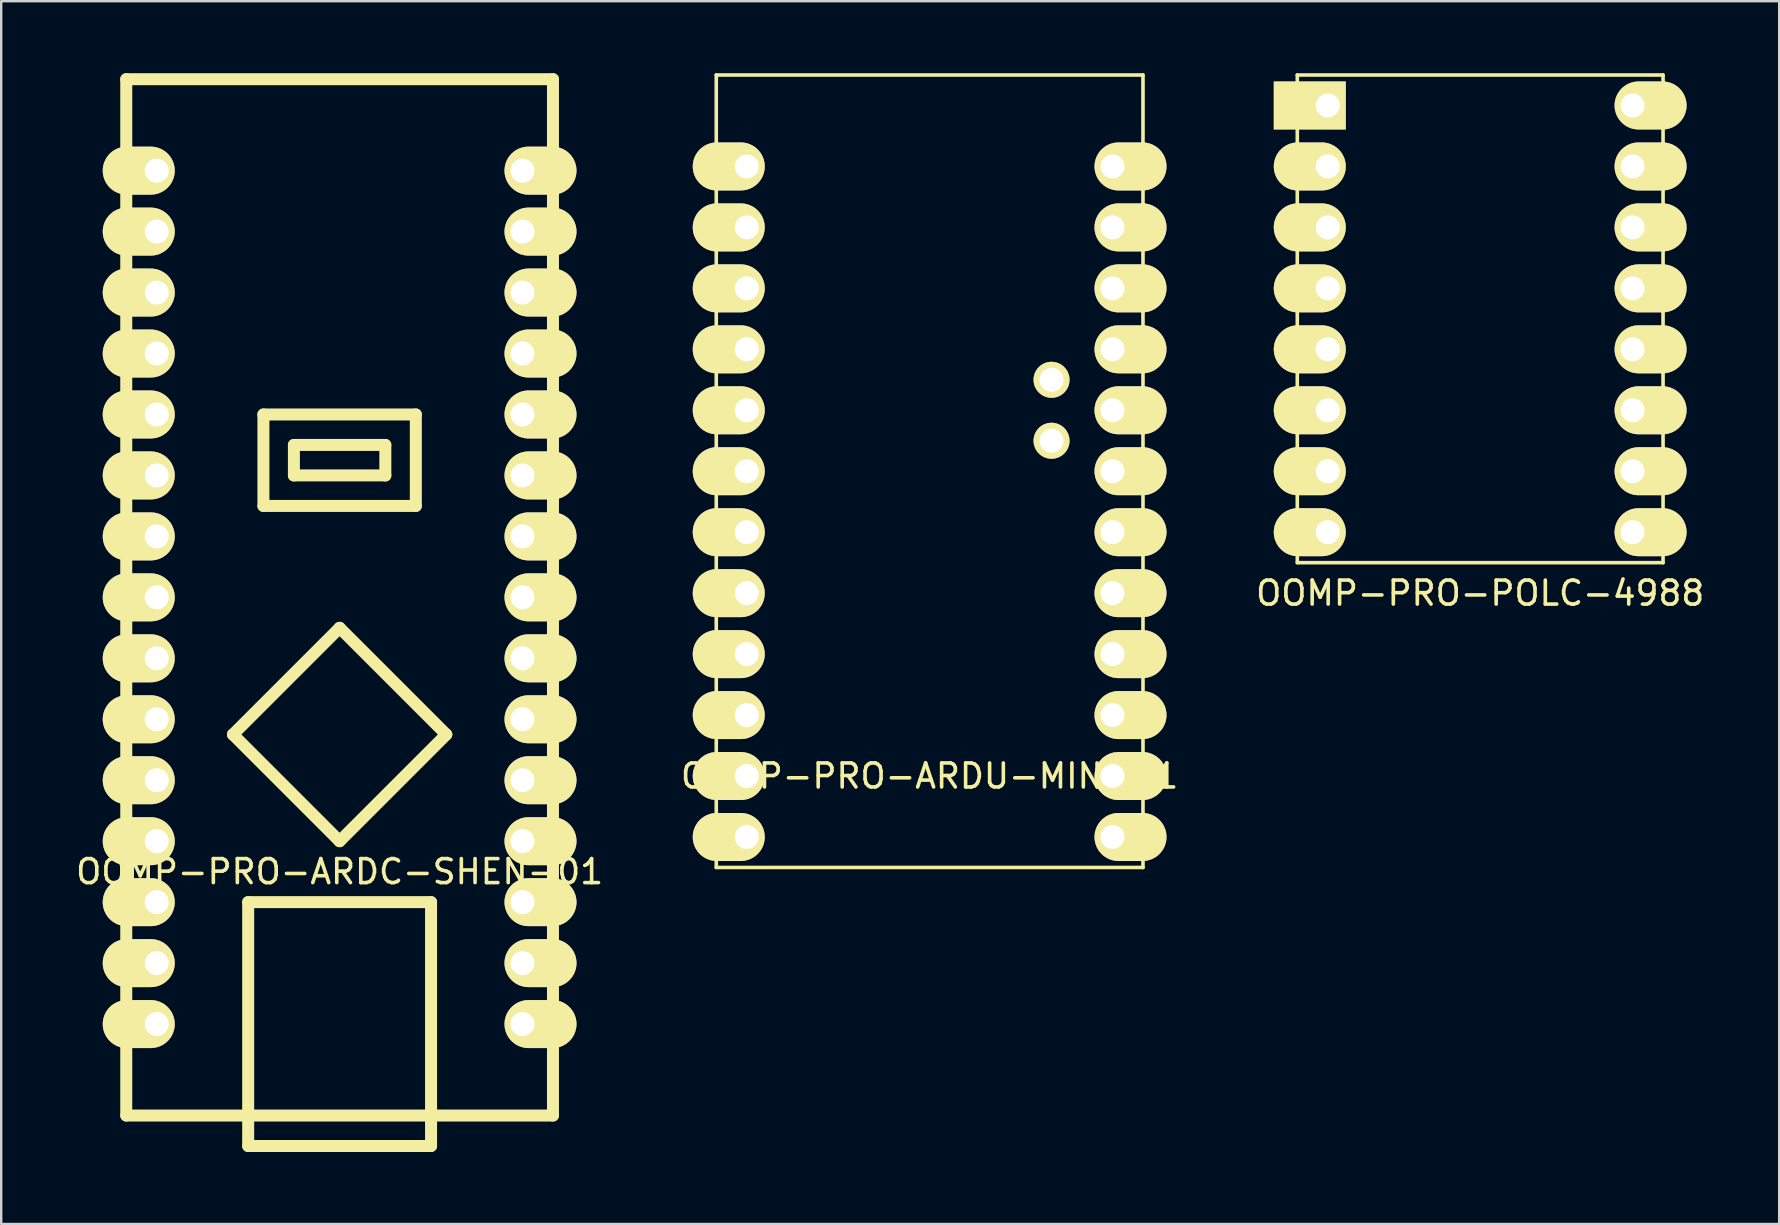
<source format=kicad_pcb>
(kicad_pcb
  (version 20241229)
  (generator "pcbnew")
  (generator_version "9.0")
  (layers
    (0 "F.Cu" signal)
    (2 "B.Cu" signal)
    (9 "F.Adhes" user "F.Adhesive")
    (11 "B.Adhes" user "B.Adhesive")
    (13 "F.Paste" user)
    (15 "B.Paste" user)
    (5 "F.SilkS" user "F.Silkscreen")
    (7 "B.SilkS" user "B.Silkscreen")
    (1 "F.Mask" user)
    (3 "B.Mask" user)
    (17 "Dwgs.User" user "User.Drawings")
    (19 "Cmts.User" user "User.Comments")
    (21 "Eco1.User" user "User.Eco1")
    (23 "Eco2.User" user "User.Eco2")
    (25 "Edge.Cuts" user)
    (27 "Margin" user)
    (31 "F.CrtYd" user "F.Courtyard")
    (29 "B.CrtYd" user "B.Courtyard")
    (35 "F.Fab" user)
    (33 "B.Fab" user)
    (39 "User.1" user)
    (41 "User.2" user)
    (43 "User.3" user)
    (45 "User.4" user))
  (footprint "OOMP-PRO-ARDC-SHEN-01"
    (layer "F.Cu")
    (at 3.481 4.06)
    (property "Reference" "OOMP-PRO-ARDC-SHEN-01" (at 7.62 29.21 0) (layer "F.SilkS") (effects (font (size 1 1) (thickness 0.15))))
    (attr through_hole)
    (fp_line (start -1.27 -3.81) (end -1.27 39.37) (stroke (width 0.5) (type solid)) (layer "F.SilkS"))
    (fp_line (start -1.27 -3.81) (end 16.51 -3.81) (stroke (width 0.5) (type solid)) (layer "F.SilkS"))
    (fp_line (start 3.175 23.495) (end 7.62 19.05) (stroke (width 0.5) (type solid)) (layer "F.SilkS"))
    (fp_line (start 3.81 30.48) (end 3.81 39.37) (stroke (width 0.5) (type solid)) (layer "F.SilkS"))
    (fp_line (start 3.81 39.37) (end 3.81 40.64) (stroke (width 0.5) (type solid)) (layer "F.SilkS"))
    (fp_line (start 3.81 40.64) (end 11.43 40.64) (stroke (width 0.5) (type solid)) (layer "F.SilkS"))
    (fp_line (start 4.445 10.16) (end 4.445 13.97) (stroke (width 0.5) (type solid)) (layer "F.SilkS"))
    (fp_line (start 4.445 13.97) (end 10.795 13.97) (stroke (width 0.5) (type solid)) (layer "F.SilkS"))
    (fp_line (start 5.715 11.43) (end 9.525 11.43) (stroke (width 0.5) (type solid)) (layer "F.SilkS"))
    (fp_line (start 5.715 12.7) (end 5.715 11.43) (stroke (width 0.5) (type solid)) (layer "F.SilkS"))
    (fp_line (start 7.62 19.05) (end 12.065 23.495) (stroke (width 0.5) (type solid)) (layer "F.SilkS"))
    (fp_line (start 7.62 27.94) (end 3.175 23.495) (stroke (width 0.5) (type solid)) (layer "F.SilkS"))
    (fp_line (start 9.525 11.43) (end 9.525 12.7) (stroke (width 0.5) (type solid)) (layer "F.SilkS"))
    (fp_line (start 9.525 12.7) (end 5.715 12.7) (stroke (width 0.5) (type solid)) (layer "F.SilkS"))
    (fp_line (start 10.795 10.16) (end 4.445 10.16) (stroke (width 0.5) (type solid)) (layer "F.SilkS"))
    (fp_line (start 10.795 13.97) (end 10.795 10.16) (stroke (width 0.5) (type solid)) (layer "F.SilkS"))
    (fp_line (start 11.43 30.48) (end 3.81 30.48) (stroke (width 0.5) (type solid)) (layer "F.SilkS"))
    (fp_line (start 11.43 39.37) (end 11.43 30.48) (stroke (width 0.5) (type solid)) (layer "F.SilkS"))
    (fp_line (start 11.43 40.64) (end 11.43 39.37) (stroke (width 0.5) (type solid)) (layer "F.SilkS"))
    (fp_line (start 12.065 23.495) (end 7.62 27.94) (stroke (width 0.5) (type solid)) (layer "F.SilkS"))
    (fp_line (start 16.51 -3.81) (end 16.51 39.37) (stroke (width 0.5) (type solid)) (layer "F.SilkS"))
    (fp_line (start 16.51 39.37) (end -1.27 39.37) (stroke (width 0.5) (type solid)) (layer "F.SilkS"))
    (pad "1" thru_hole oval (at 0 0) (size 3 2) (drill 1 (offset -0.75 0)) (layers "*.Cu" "*.Mask" "F.SilkS"))
    (pad "2" thru_hole oval (at 0 2.54) (size 3 2) (drill 1 (offset -0.75 0)) (layers "*.Cu" "*.Mask" "F.SilkS"))
    (pad "3" thru_hole oval (at 0 5.08) (size 3 2) (drill 1 (offset -0.75 0)) (layers "*.Cu" "*.Mask" "F.SilkS"))
    (pad "4" thru_hole oval (at 0 7.62) (size 3 2) (drill 1 (offset -0.75 0)) (layers "*.Cu" "*.Mask" "F.SilkS"))
    (pad "5" thru_hole oval (at 0 10.16) (size 3 2) (drill 1 (offset -0.75 0)) (layers "*.Cu" "*.Mask" "F.SilkS"))
    (pad "6" thru_hole oval (at 0 12.7) (size 3 2) (drill 1 (offset -0.75 0)) (layers "*.Cu" "*.Mask" "F.SilkS"))
    (pad "7" thru_hole oval (at 0 15.24) (size 3 2) (drill 1 (offset -0.75 0)) (layers "*.Cu" "*.Mask" "F.SilkS"))
    (pad "8" thru_hole oval (at 0 17.78) (size 3 2) (drill 1 (offset -0.75 0)) (layers "*.Cu" "*.Mask" "F.SilkS"))
    (pad "9" thru_hole oval (at 0 20.32) (size 3 2) (drill 1 (offset -0.75 0)) (layers "*.Cu" "*.Mask" "F.SilkS"))
    (pad "10" thru_hole oval (at 0 22.86) (size 3 2) (drill 1 (offset -0.75 0)) (layers "*.Cu" "*.Mask" "F.SilkS"))
    (pad "11" thru_hole oval (at 0 25.4) (size 3 2) (drill 1 (offset -0.75 0)) (layers "*.Cu" "*.Mask" "F.SilkS"))
    (pad "12" thru_hole oval (at 0 27.94) (size 3 2) (drill 1 (offset -0.75 0)) (layers "*.Cu" "*.Mask" "F.SilkS"))
    (pad "13" thru_hole oval (at 0 30.48) (size 3 2) (drill 1 (offset -0.75 0)) (layers "*.Cu" "*.Mask" "F.SilkS"))
    (pad "14" thru_hole oval (at 0 33.02) (size 3 2) (drill 1 (offset -0.75 0)) (layers "*.Cu" "*.Mask" "F.SilkS"))
    (pad "15" thru_hole oval (at 0 35.56) (size 3 2) (drill 1 (offset -0.75 0)) (layers "*.Cu" "*.Mask" "F.SilkS"))
    (pad "16" thru_hole oval (at 15.24 35.56) (size 3 2) (drill 1 (offset 0.75 0)) (layers "*.Cu" "*.Mask" "F.SilkS"))
    (pad "17" thru_hole oval (at 15.24 33.02) (size 3 2) (drill 1 (offset 0.75 0)) (layers "*.Cu" "*.Mask" "F.SilkS"))
    (pad "18" thru_hole oval (at 15.24 30.48) (size 3 2) (drill 1 (offset 0.75 0)) (layers "*.Cu" "*.Mask" "F.SilkS"))
    (pad "19" thru_hole oval (at 15.24 27.94) (size 3 2) (drill 1 (offset 0.75 0)) (layers "*.Cu" "*.Mask" "F.SilkS"))
    (pad "20" thru_hole oval (at 15.24 25.4) (size 3 2) (drill 1 (offset 0.75 0)) (layers "*.Cu" "*.Mask" "F.SilkS"))
    (pad "21" thru_hole oval (at 15.24 22.86) (size 3 2) (drill 1 (offset 0.75 0)) (layers "*.Cu" "*.Mask" "F.SilkS"))
    (pad "22" thru_hole oval (at 15.24 20.32) (size 3 2) (drill 1 (offset 0.75 0)) (layers "*.Cu" "*.Mask" "F.SilkS"))
    (pad "23" thru_hole oval (at 15.24 17.78) (size 3 2) (drill 1 (offset 0.75 0)) (layers "*.Cu" "*.Mask" "F.SilkS"))
    (pad "24" thru_hole oval (at 15.24 15.24) (size 3 2) (drill 1 (offset 0.75 0)) (layers "*.Cu" "*.Mask" "F.SilkS"))
    (pad "25" thru_hole oval (at 15.24 12.7) (size 3 2) (drill 1 (offset 0.75 0)) (layers "*.Cu" "*.Mask" "F.SilkS"))
    (pad "26" thru_hole oval (at 15.24 10.16) (size 3 2) (drill 1 (offset 0.75 0)) (layers "*.Cu" "*.Mask" "F.SilkS"))
    (pad "27" thru_hole oval (at 15.24 7.62) (size 3 2) (drill 1 (offset 0.75 0)) (layers "*.Cu" "*.Mask" "F.SilkS"))
    (pad "28" thru_hole oval (at 15.24 5.08) (size 3 2) (drill 1 (offset 0.75 0)) (layers "*.Cu" "*.Mask" "F.SilkS"))
    (pad "29" thru_hole oval (at 15.24 2.54) (size 3 2) (drill 1 (offset 0.75 0)) (layers "*.Cu" "*.Mask" "F.SilkS"))
    (pad "30" thru_hole oval (at 15.24 0) (size 3 2) (drill 1 (offset 0.75 0)) (layers "*.Cu" "*.Mask" "F.SilkS")))
  (footprint "OOMP-PRO-ARDU-MIN-01"
    (layer "F.Cu")
    (at 35.685 31.825)
    (property "Reference" "OOMP-PRO-ARDU-MIN-01" (at 0 -2.54 0) (layer "F.SilkS") (effects (font (size 1 1) (thickness 0.15))))
    (attr through_hole)
    (fp_line (start -8.89 -31.75) (end 8.89 -31.75) (stroke (width 0.15) (type solid)) (layer "F.SilkS"))
    (fp_line (start -8.89 1.27) (end -8.89 -31.75) (stroke (width 0.15) (type solid)) (layer "F.SilkS"))
    (fp_line (start 8.89 -31.75) (end 8.89 1.27) (stroke (width 0.15) (type solid)) (layer "F.SilkS"))
    (fp_line (start 8.89 1.27) (end -8.89 1.27) (stroke (width 0.15) (type solid)) (layer "F.SilkS"))
    (pad "1" thru_hole oval (at -7.62 -27.94) (size 3 2) (drill 1 (offset -0.75 0)) (layers "*.Cu" "*.Mask" "F.SilkS"))
    (pad "2" thru_hole oval (at -7.62 -25.4) (size 3 2) (drill 1 (offset -0.75 0)) (layers "*.Cu" "*.Mask" "F.SilkS"))
    (pad "3" thru_hole oval (at -7.62 -22.86) (size 3 2) (drill 1 (offset -0.75 0)) (layers "*.Cu" "*.Mask" "F.SilkS"))
    (pad "3" thru_hole oval (at 7.62 -22.86) (size 3 2) (drill 1 (offset 0.75 0)) (layers "*.Cu" "*.Mask" "F.SilkS"))
    (pad "4" thru_hole oval (at -7.62 -20.32) (size 3 2) (drill 1 (offset -0.75 0)) (layers "*.Cu" "*.Mask" "F.SilkS"))
    (pad "4" thru_hole oval (at 7.62 -25.4) (size 3 2) (drill 1 (offset 0.75 0)) (layers "*.Cu" "*.Mask" "F.SilkS"))
    (pad "5" thru_hole oval (at -7.62 -17.78) (size 3 2) (drill 1 (offset -0.75 0)) (layers "*.Cu" "*.Mask" "F.SilkS"))
    (pad "6" thru_hole oval (at -7.62 -15.24) (size 3 2) (drill 1 (offset -0.75 0)) (layers "*.Cu" "*.Mask" "F.SilkS"))
    (pad "7" thru_hole oval (at -7.62 -12.7) (size 3 2) (drill 1 (offset -0.75 0)) (layers "*.Cu" "*.Mask" "F.SilkS"))
    (pad "8" thru_hole oval (at -7.62 -10.16) (size 3 2) (drill 1 (offset -0.75 0)) (layers "*.Cu" "*.Mask" "F.SilkS"))
    (pad "9" thru_hole oval (at -7.62 -7.62) (size 3 2) (drill 1 (offset -0.75 0)) (layers "*.Cu" "*.Mask" "F.SilkS"))
    (pad "10" thru_hole oval (at -7.62 -5.08) (size 3 2) (drill 1 (offset -0.75 0)) (layers "*.Cu" "*.Mask" "F.SilkS"))
    (pad "11" thru_hole oval (at -7.62 -2.54) (size 3 2) (drill 1 (offset -0.75 0)) (layers "*.Cu" "*.Mask" "F.SilkS"))
    (pad "12" thru_hole oval (at -7.62 0) (size 3 2) (drill 1 (offset -0.75 0)) (layers "*.Cu" "*.Mask" "F.SilkS"))
    (pad "13" thru_hole oval (at 7.62 0) (size 3 2) (drill 1 (offset 0.75 0)) (layers "*.Cu" "*.Mask" "F.SilkS"))
    (pad "14" thru_hole oval (at 7.62 -2.54) (size 3 2) (drill 1 (offset 0.75 0)) (layers "*.Cu" "*.Mask" "F.SilkS"))
    (pad "15" thru_hole oval (at 7.62 -5.08) (size 3 2) (drill 1 (offset 0.75 0)) (layers "*.Cu" "*.Mask" "F.SilkS"))
    (pad "16" thru_hole oval (at 7.62 -7.62) (size 3 2) (drill 1 (offset 0.75 0)) (layers "*.Cu" "*.Mask" "F.SilkS"))
    (pad "17" thru_hole oval (at 7.62 -10.16) (size 3 2) (drill 1 (offset 0.75 0)) (layers "*.Cu" "*.Mask" "F.SilkS"))
    (pad "18" thru_hole oval (at 7.62 -12.7) (size 3 2) (drill 1 (offset 0.75 0)) (layers "*.Cu" "*.Mask" "F.SilkS"))
    (pad "19" thru_hole oval (at 7.62 -15.24) (size 3 2) (drill 1 (offset 0.75 0)) (layers "*.Cu" "*.Mask" "F.SilkS"))
    (pad "20" thru_hole oval (at 7.62 -17.78) (size 3 2) (drill 1 (offset 0.75 0)) (layers "*.Cu" "*.Mask" "F.SilkS"))
    (pad "21" thru_hole oval (at 7.62 -20.32) (size 3 2) (drill 1 (offset 0.75 0)) (layers "*.Cu" "*.Mask" "F.SilkS"))
    (pad "22" thru_hole oval (at 7.62 -27.94) (size 3 2) (drill 1 (offset 0.75 0)) (layers "*.Cu" "*.Mask" "F.SilkS"))
    (pad "23" thru_hole circle (at 5.08 -16.51) (size 1.5 1.5) (drill 1) (layers "*.Cu" "*.Mask" "F.SilkS"))
    (pad "24" thru_hole circle (at 5.08 -19.05) (size 1.5 1.5) (drill 1) (layers "*.Cu" "*.Mask" "F.SilkS")))
  (footprint "OOMP-PRO-POLC-4988"
    (layer "F.Cu")
    (at 52.275 1.345)
    (property "Reference" "OOMP-PRO-POLC-4988" (at 6.35 20.32 0) (layer "F.SilkS") (effects (font (size 1 1) (thickness 0.15))))
    (attr through_hole)
    (fp_line (start -1.27 -1.27) (end 13.97 -1.27) (stroke (width 0.15) (type solid)) (layer "F.SilkS"))
    (fp_line (start -1.27 19.05) (end -1.27 -1.27) (stroke (width 0.15) (type solid)) (layer "F.SilkS"))
    (fp_line (start 13.97 -1.27) (end 13.97 19.05) (stroke (width 0.15) (type solid)) (layer "F.SilkS"))
    (fp_line (start 13.97 19.05) (end -1.27 19.05) (stroke (width 0.15) (type solid)) (layer "F.SilkS"))
    (pad "1" thru_hole rect (at 0 0) (size 3 2) (drill 1 (offset -0.75 0)) (layers "*.Cu" "*.Mask" "F.SilkS"))
    (pad "2" thru_hole oval (at 0 2.54) (size 3 2) (drill 1 (offset -0.75 0)) (layers "*.Cu" "*.Mask" "F.SilkS"))
    (pad "3" thru_hole oval (at 0 5.08) (size 3 2) (drill 1 (offset -0.75 0)) (layers "*.Cu" "*.Mask" "F.SilkS"))
    (pad "4" thru_hole oval (at 0 7.62) (size 3 2) (drill 1 (offset -0.75 0)) (layers "*.Cu" "*.Mask" "F.SilkS"))
    (pad "5" thru_hole oval (at 0 10.16) (size 3 2) (drill 1 (offset -0.75 0)) (layers "*.Cu" "*.Mask" "F.SilkS"))
    (pad "6" thru_hole oval (at 0 12.7) (size 3 2) (drill 1 (offset -0.75 0)) (layers "*.Cu" "*.Mask" "F.SilkS"))
    (pad "7" thru_hole oval (at 0 15.24) (size 3 2) (drill 1 (offset -0.75 0)) (layers "*.Cu" "*.Mask" "F.SilkS"))
    (pad "8" thru_hole oval (at 0 17.78) (size 3 2) (drill 1 (offset -0.75 0)) (layers "*.Cu" "*.Mask" "F.SilkS"))
    (pad "9" thru_hole oval (at 12.7 17.78) (size 3 2) (drill 1 (offset 0.75 0)) (layers "*.Cu" "*.Mask" "F.SilkS"))
    (pad "10" thru_hole oval (at 12.7 15.24) (size 3 2) (drill 1 (offset 0.75 0)) (layers "*.Cu" "*.Mask" "F.SilkS"))
    (pad "11" thru_hole oval (at 12.7 12.7) (size 3 2) (drill 1 (offset 0.75 0)) (layers "*.Cu" "*.Mask" "F.SilkS"))
    (pad "12" thru_hole oval (at 12.7 10.16) (size 3 2) (drill 1 (offset 0.75 0)) (layers "*.Cu" "*.Mask" "F.SilkS"))
    (pad "13" thru_hole oval (at 12.7 7.62) (size 3 2) (drill 1 (offset 0.75 0)) (layers "*.Cu" "*.Mask" "F.SilkS"))
    (pad "14" thru_hole oval (at 12.7 5.08) (size 3 2) (drill 1 (offset 0.75 0)) (layers "*.Cu" "*.Mask" "F.SilkS"))
    (pad "15" thru_hole oval (at 12.7 2.54) (size 3 2) (drill 1 (offset 0.75 0)) (layers "*.Cu" "*.Mask" "F.SilkS"))
    (pad "16" thru_hole oval (at 12.7 0) (size 3 2) (drill 1 (offset 0.75 0)) (layers "*.Cu" "*.Mask" "F.SilkS")))
  (gr_rect
    (start -3 -3)
    (end 71.083 47.95)
    (stroke (width 0.1) (type default))
    (fill no)
    (layer "Edge.Cuts")))
</source>
